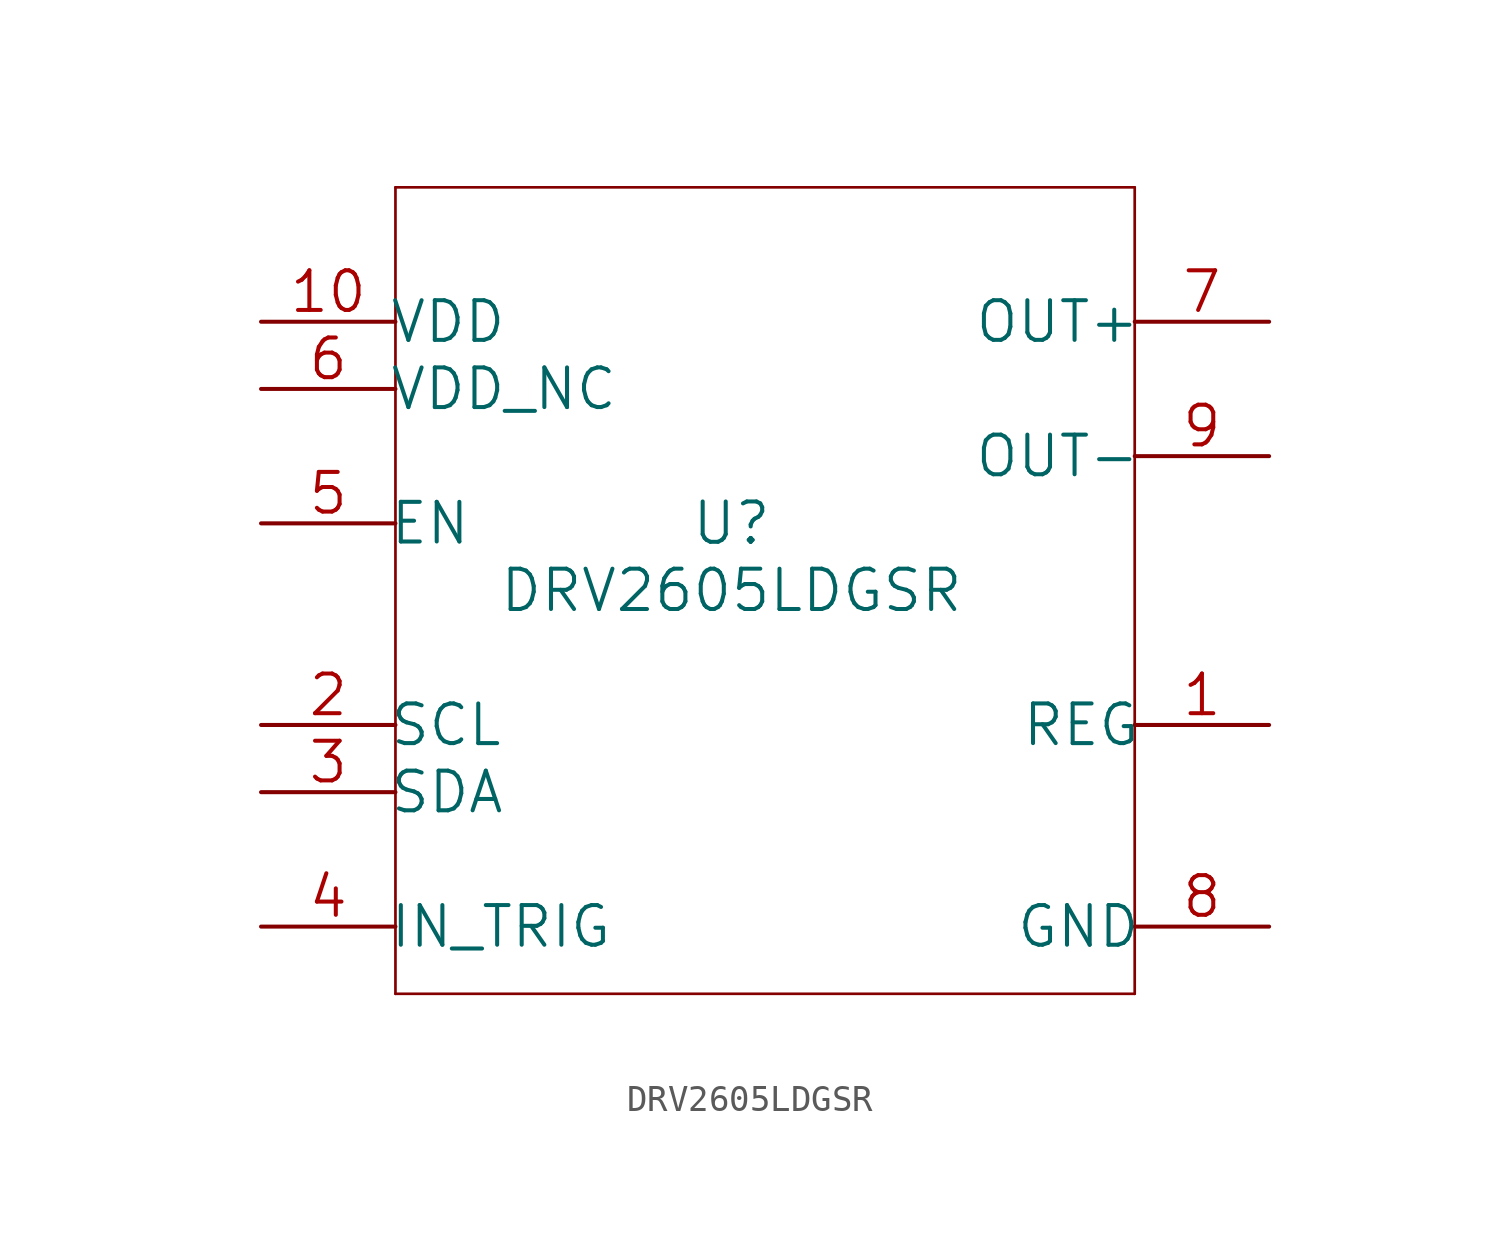
<source format=kicad_sym>
(kicad_symbol_lib
  (version 20211014)
  (generator kicad_symbol_editor)
  (symbol "DRV2605LDGSR"
    (pin_names
      (offset -0.254))
    (property "Reference" "U"
      (at 0 2.54 0)
      (effects (font (size 1.524 1.524))))
    (property "Value" "DRV2605LDGSR"
      (at 0 0 0)
      (effects (font (size 1.524 1.524))))
    (property "Datasheet" ""
      (at 0 0 0)
      (effects (font (size 1.524 1.524))))
    (property "ki_locked" ""
      (at 0 0 0)
      (effects (font (size 1.27 1.27))))
    (symbol "DRV2605LDGSR_1_1"
      (polyline (pts (xy -12.7 -15.24) (xy 15.24 -15.24)) (stroke (width 0.102) (type default) (color 0 0 0 0)) (fill (type none)))
      (polyline (pts (xy -12.7 15.24) (xy -12.7 -15.24)) (stroke (width 0.102) (type default) (color 0 0 0 0)) (fill (type none)))
      (polyline (pts (xy 15.24 -15.24) (xy 15.24 15.24)) (stroke (width 0.102) (type default) (color 0 0 0 0)) (fill (type none)))
      (polyline (pts (xy 15.24 15.24) (xy -12.7 15.24)) (stroke (width 0.102) (type default) (color 0 0 0 0)) (fill (type none)))
      (pin power_in line (at 20.32 -5.08 180) (length 5.08) (name "REG" (effects (font (size 1.499 1.499)))) (number "1" (effects (font (size 1.499 1.499)))))
      (pin power_in line (at -17.78 10.16 0) (length 5.08) (name "VDD" (effects (font (size 1.499 1.499)))) (number "10" (effects (font (size 1.499 1.499)))))
      (pin input line (at -17.78 -5.08 0) (length 5.08) (name "SCL" (effects (font (size 1.499 1.499)))) (number "2" (effects (font (size 1.499 1.499)))))
      (pin bidirectional line (at -17.78 -7.62 0) (length 5.08) (name "SDA" (effects (font (size 1.499 1.499)))) (number "3" (effects (font (size 1.499 1.499)))))
      (pin input line (at -17.78 -12.7 0) (length 5.08) (name "IN_TRIG" (effects (font (size 1.499 1.499)))) (number "4" (effects (font (size 1.499 1.499)))))
      (pin input line (at -17.78 2.54 0) (length 5.08) (name "EN" (effects (font (size 1.499 1.499)))) (number "5" (effects (font (size 1.499 1.499)))))
      (pin power_in line (at -17.78 7.62 0) (length 5.08) (name "VDD_NC" (effects (font (size 1.499 1.499)))) (number "6" (effects (font (size 1.499 1.499)))))
      (pin output line (at 20.32 10.16 180) (length 5.08) (name "OUT+" (effects (font (size 1.499 1.499)))) (number "7" (effects (font (size 1.499 1.499)))))
      (pin power_in line (at 20.32 -12.7 180) (length 5.08) (name "GND" (effects (font (size 1.499 1.499)))) (number "8" (effects (font (size 1.499 1.499)))))
      (pin output line (at 20.32 5.08 180) (length 5.08) (name "OUT-" (effects (font (size 1.499 1.499)))) (number "9" (effects (font (size 1.499 1.499))))))))
</source>
